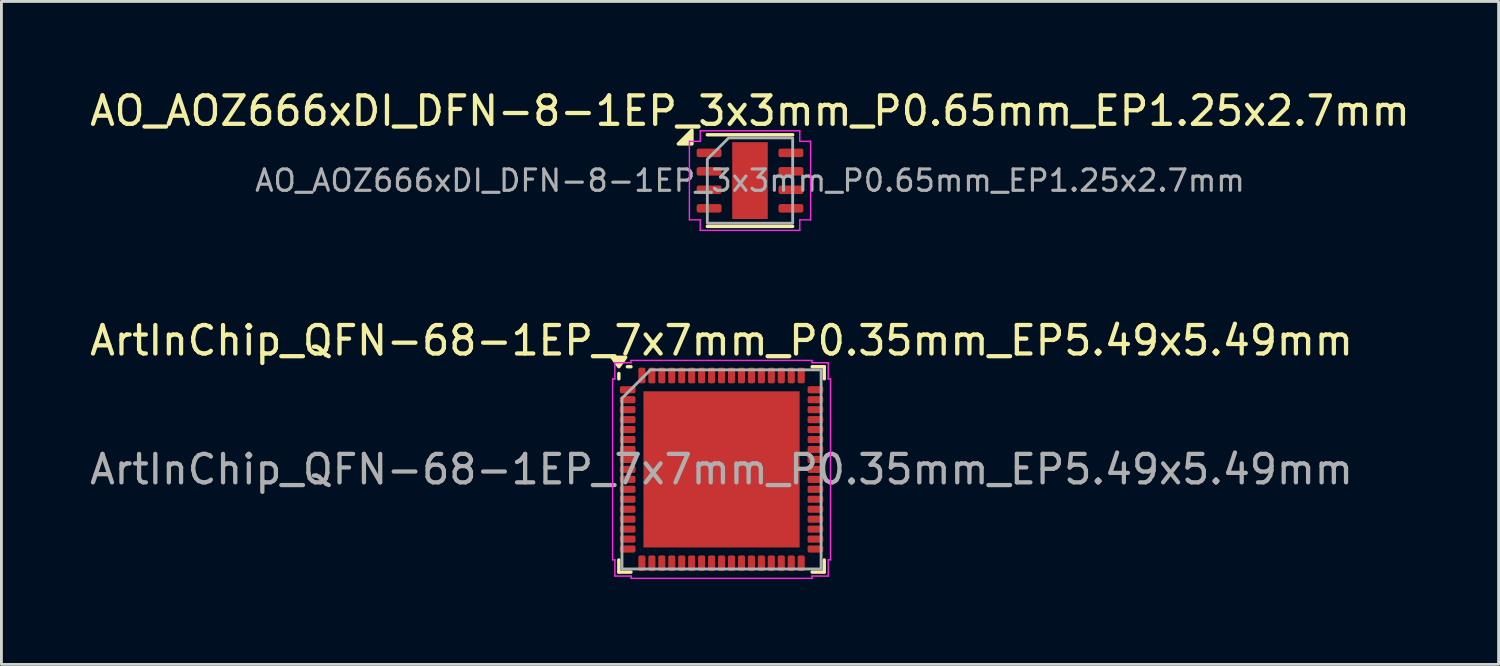
<source format=kicad_pcb>
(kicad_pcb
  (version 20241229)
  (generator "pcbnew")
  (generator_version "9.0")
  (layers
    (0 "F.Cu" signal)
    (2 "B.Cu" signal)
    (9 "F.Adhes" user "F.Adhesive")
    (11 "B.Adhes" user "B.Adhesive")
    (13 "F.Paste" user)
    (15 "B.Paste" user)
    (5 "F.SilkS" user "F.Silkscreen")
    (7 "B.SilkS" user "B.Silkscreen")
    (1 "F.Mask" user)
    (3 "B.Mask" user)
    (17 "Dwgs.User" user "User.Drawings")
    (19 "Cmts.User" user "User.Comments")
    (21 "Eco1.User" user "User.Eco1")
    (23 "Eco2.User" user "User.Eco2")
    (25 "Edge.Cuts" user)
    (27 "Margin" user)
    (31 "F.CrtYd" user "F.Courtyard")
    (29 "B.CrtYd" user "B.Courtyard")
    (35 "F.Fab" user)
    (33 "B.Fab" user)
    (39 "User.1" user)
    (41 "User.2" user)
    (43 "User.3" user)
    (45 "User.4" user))
  (footprint "AO_AOZ666xDI_DFN-8-1EP_3x3mm_P0.65mm_EP1.25x2.7mm"
    (layer "F.Cu")
    (at 23.315 3.298)
    (property "Reference" "AO_AOZ666xDI_DFN-8-1EP_3x3mm_P0.65mm_EP1.25x2.7mm" (at 0 -2.45 0) (layer "F.SilkS") (effects (font (size 1 1) (thickness 0.15))))
    (attr smd)
    (fp_line (start -1.5 -1.61) (end 1.5 -1.61) (stroke (width 0.12) (type solid)) (layer "F.SilkS"))
    (fp_line (start -1.5 1.61) (end 1.5 1.61) (stroke (width 0.12) (type solid)) (layer "F.SilkS"))
    (fp_poly (pts (xy -2.04 -1.29) (xy -2.52 -1.29) (xy -2.04 -1.77)) (stroke (width 0.12) (type solid)) (fill yes) (layer "F.SilkS"))
    (fp_line (start -2.13 -1.38) (end -1.75 -1.38) (stroke (width 0.05) (type solid)) (layer "F.CrtYd"))
    (fp_line (start -2.13 1.38) (end -2.13 -1.38) (stroke (width 0.05) (type solid)) (layer "F.CrtYd"))
    (fp_line (start -1.75 -1.75) (end 1.75 -1.75) (stroke (width 0.05) (type solid)) (layer "F.CrtYd"))
    (fp_line (start -1.75 -1.38) (end -1.75 -1.75) (stroke (width 0.05) (type solid)) (layer "F.CrtYd"))
    (fp_line (start -1.75 1.38) (end -2.13 1.38) (stroke (width 0.05) (type solid)) (layer "F.CrtYd"))
    (fp_line (start -1.75 1.75) (end -1.75 1.38) (stroke (width 0.05) (type solid)) (layer "F.CrtYd"))
    (fp_line (start 1.75 -1.75) (end 1.75 -1.38) (stroke (width 0.05) (type solid)) (layer "F.CrtYd"))
    (fp_line (start 1.75 -1.38) (end 2.13 -1.38) (stroke (width 0.05) (type solid)) (layer "F.CrtYd"))
    (fp_line (start 1.75 1.38) (end 1.75 1.75) (stroke (width 0.05) (type solid)) (layer "F.CrtYd"))
    (fp_line (start 1.75 1.75) (end -1.75 1.75) (stroke (width 0.05) (type solid)) (layer "F.CrtYd"))
    (fp_line (start 2.13 -1.38) (end 2.13 1.38) (stroke (width 0.05) (type solid)) (layer "F.CrtYd"))
    (fp_line (start 2.13 1.38) (end 1.75 1.38) (stroke (width 0.05) (type solid)) (layer "F.CrtYd"))
    (fp_poly (pts (xy -1.5 -0.75) (xy -1.5 1.5) (xy 1.5 1.5) (xy 1.5 -1.5) (xy -0.75 -1.5)) (stroke (width 0.1) (type solid)) (fill no) (layer "F.Fab"))
    (fp_text user "${REFERENCE}" (at 0 0 0) (layer "F.Fab") (effects (font (size 0.75 0.75) (thickness 0.11))))
    (pad "" smd roundrect (at -0.31 -0.675) (size 0.5 1.09) (layers "F.Paste") (roundrect_rratio 0.25))
    (pad "" smd roundrect (at -0.31 0.675) (size 0.5 1.09) (layers "F.Paste") (roundrect_rratio 0.25))
    (pad "" smd roundrect (at 0.31 -0.675) (size 0.5 1.09) (layers "F.Paste") (roundrect_rratio 0.25))
    (pad "" smd roundrect (at 0.31 0.675) (size 0.5 1.09) (layers "F.Paste") (roundrect_rratio 0.25))
    (pad "1" smd roundrect (at -1.438 -0.975) (size 0.875 0.3) (layers "F.Cu" "F.Mask" "F.Paste") (roundrect_rratio 0.25))
    (pad "2" smd roundrect (at -1.438 -0.325) (size 0.875 0.3) (layers "F.Cu" "F.Mask" "F.Paste") (roundrect_rratio 0.25))
    (pad "3" smd roundrect (at -1.438 0.325) (size 0.875 0.3) (layers "F.Cu" "F.Mask" "F.Paste") (roundrect_rratio 0.25))
    (pad "4" smd roundrect (at -1.438 0.975) (size 0.875 0.3) (layers "F.Cu" "F.Mask" "F.Paste") (roundrect_rratio 0.25))
    (pad "5" smd roundrect (at 1.438 0.975) (size 0.875 0.3) (layers "F.Cu" "F.Mask" "F.Paste") (roundrect_rratio 0.25))
    (pad "6" smd roundrect (at 1.438 0.325) (size 0.875 0.3) (layers "F.Cu" "F.Mask" "F.Paste") (roundrect_rratio 0.25))
    (pad "7" smd roundrect (at 1.438 -0.325) (size 0.875 0.3) (layers "F.Cu" "F.Mask" "F.Paste") (roundrect_rratio 0.25))
    (pad "8" smd roundrect (at 1.438 -0.975) (size 0.875 0.3) (layers "F.Cu" "F.Mask" "F.Paste") (roundrect_rratio 0.25))
    (pad "9" smd rect (at 0 0) (size 1.25 2.7) (property pad_prop_heatsink) (layers "F.Cu" "F.Mask")))
  (footprint "ArtInChip_QFN-68-1EP_7x7mm_P0.35mm_EP5.49x5.49mm"
    (layer "F.Cu")
    (at 22.315 13.451)
    (property "Reference" "ArtInChip_QFN-68-1EP_7x7mm_P0.35mm_EP5.49x5.49mm" (at 0 -4.53 0) (layer "F.SilkS") (effects (font (size 1 1) (thickness 0.15))))
    (attr smd)
    (fp_line (start -3.61 -3.185) (end -3.61 -3.37) (stroke (width 0.12) (type solid)) (layer "F.SilkS"))
    (fp_line (start -3.61 3.61) (end -3.61 3.185) (stroke (width 0.12) (type solid)) (layer "F.SilkS"))
    (fp_line (start -3.185 -3.61) (end -3.31 -3.61) (stroke (width 0.12) (type solid)) (layer "F.SilkS"))
    (fp_line (start -3.185 3.61) (end -3.61 3.61) (stroke (width 0.12) (type solid)) (layer "F.SilkS"))
    (fp_line (start 3.185 -3.61) (end 3.61 -3.61) (stroke (width 0.12) (type solid)) (layer "F.SilkS"))
    (fp_line (start 3.185 3.61) (end 3.61 3.61) (stroke (width 0.12) (type solid)) (layer "F.SilkS"))
    (fp_line (start 3.61 -3.61) (end 3.61 -3.185) (stroke (width 0.12) (type solid)) (layer "F.SilkS"))
    (fp_line (start 3.61 3.61) (end 3.61 3.185) (stroke (width 0.12) (type solid)) (layer "F.SilkS"))
    (fp_poly (pts (xy -3.61 -3.61) (xy -3.85 -3.94) (xy -3.37 -3.94)) (stroke (width 0.12) (type solid)) (fill yes) (layer "F.SilkS"))
    (fp_line (start -3.83 -3.18) (end -3.75 -3.18) (stroke (width 0.05) (type solid)) (layer "F.CrtYd"))
    (fp_line (start -3.83 3.18) (end -3.83 -3.18) (stroke (width 0.05) (type solid)) (layer "F.CrtYd"))
    (fp_line (start -3.75 -3.75) (end -3.18 -3.75) (stroke (width 0.05) (type solid)) (layer "F.CrtYd"))
    (fp_line (start -3.75 -3.18) (end -3.75 -3.75) (stroke (width 0.05) (type solid)) (layer "F.CrtYd"))
    (fp_line (start -3.75 3.18) (end -3.83 3.18) (stroke (width 0.05) (type solid)) (layer "F.CrtYd"))
    (fp_line (start -3.75 3.75) (end -3.75 3.18) (stroke (width 0.05) (type solid)) (layer "F.CrtYd"))
    (fp_line (start -3.18 -3.83) (end 3.18 -3.83) (stroke (width 0.05) (type solid)) (layer "F.CrtYd"))
    (fp_line (start -3.18 -3.75) (end -3.18 -3.83) (stroke (width 0.05) (type solid)) (layer "F.CrtYd"))
    (fp_line (start -3.18 3.75) (end -3.75 3.75) (stroke (width 0.05) (type solid)) (layer "F.CrtYd"))
    (fp_line (start -3.18 3.83) (end -3.18 3.75) (stroke (width 0.05) (type solid)) (layer "F.CrtYd"))
    (fp_line (start 3.18 -3.83) (end 3.18 -3.75) (stroke (width 0.05) (type solid)) (layer "F.CrtYd"))
    (fp_line (start 3.18 -3.75) (end 3.75 -3.75) (stroke (width 0.05) (type solid)) (layer "F.CrtYd"))
    (fp_line (start 3.18 3.75) (end 3.18 3.83) (stroke (width 0.05) (type solid)) (layer "F.CrtYd"))
    (fp_line (start 3.18 3.83) (end -3.18 3.83) (stroke (width 0.05) (type solid)) (layer "F.CrtYd"))
    (fp_line (start 3.75 -3.75) (end 3.75 -3.18) (stroke (width 0.05) (type solid)) (layer "F.CrtYd"))
    (fp_line (start 3.75 -3.18) (end 3.83 -3.18) (stroke (width 0.05) (type solid)) (layer "F.CrtYd"))
    (fp_line (start 3.75 3.18) (end 3.75 3.75) (stroke (width 0.05) (type solid)) (layer "F.CrtYd"))
    (fp_line (start 3.75 3.75) (end 3.18 3.75) (stroke (width 0.05) (type solid)) (layer "F.CrtYd"))
    (fp_line (start 3.83 -3.18) (end 3.83 3.18) (stroke (width 0.05) (type solid)) (layer "F.CrtYd"))
    (fp_line (start 3.83 3.18) (end 3.75 3.18) (stroke (width 0.05) (type solid)) (layer "F.CrtYd"))
    (fp_poly (pts (xy -3.5 -2.5) (xy -3.5 3.5) (xy 3.5 3.5) (xy 3.5 -3.5) (xy -2.5 -3.5)) (stroke (width 0.1) (type solid)) (fill no) (layer "F.Fab"))
    (fp_text user "${REFERENCE}" (at 0 0 0) (layer "F.Fab") (effects (font (size 1 1) (thickness 0.15))))
    (pad "" smd roundrect (at -1.83 -1.83) (size 1.48 1.48) (layers "F.Paste") (roundrect_rratio 0.169))
    (pad "" smd roundrect (at -1.83 0) (size 1.48 1.48) (layers "F.Paste") (roundrect_rratio 0.169))
    (pad "" smd roundrect (at -1.83 1.83) (size 1.48 1.48) (layers "F.Paste") (roundrect_rratio 0.169))
    (pad "" smd roundrect (at 0 -1.83) (size 1.48 1.48) (layers "F.Paste") (roundrect_rratio 0.169))
    (pad "" smd roundrect (at 0 0) (size 1.48 1.48) (layers "F.Paste") (roundrect_rratio 0.169))
    (pad "" smd roundrect (at 0 1.83) (size 1.48 1.48) (layers "F.Paste") (roundrect_rratio 0.169))
    (pad "" smd roundrect (at 1.83 -1.83) (size 1.48 1.48) (layers "F.Paste") (roundrect_rratio 0.169))
    (pad "" smd roundrect (at 1.83 0) (size 1.48 1.48) (layers "F.Paste") (roundrect_rratio 0.169))
    (pad "" smd roundrect (at 1.83 1.83) (size 1.48 1.48) (layers "F.Paste") (roundrect_rratio 0.169))
    (pad "1" smd roundrect (at -3.3 -2.8) (size 0.55 0.25) (layers "F.Cu" "F.Mask" "F.Paste") (roundrect_rratio 0.25))
    (pad "2" smd roundrect (at -3.3 -2.45) (size 0.55 0.25) (layers "F.Cu" "F.Mask" "F.Paste") (roundrect_rratio 0.25))
    (pad "3" smd roundrect (at -3.3 -2.1) (size 0.55 0.25) (layers "F.Cu" "F.Mask" "F.Paste") (roundrect_rratio 0.25))
    (pad "4" smd roundrect (at -3.3 -1.75) (size 0.55 0.25) (layers "F.Cu" "F.Mask" "F.Paste") (roundrect_rratio 0.25))
    (pad "5" smd roundrect (at -3.3 -1.4) (size 0.55 0.25) (layers "F.Cu" "F.Mask" "F.Paste") (roundrect_rratio 0.25))
    (pad "6" smd roundrect (at -3.3 -1.05) (size 0.55 0.25) (layers "F.Cu" "F.Mask" "F.Paste") (roundrect_rratio 0.25))
    (pad "7" smd roundrect (at -3.3 -0.7) (size 0.55 0.25) (layers "F.Cu" "F.Mask" "F.Paste") (roundrect_rratio 0.25))
    (pad "8" smd roundrect (at -3.3 -0.35) (size 0.55 0.25) (layers "F.Cu" "F.Mask" "F.Paste") (roundrect_rratio 0.25))
    (pad "9" smd roundrect (at -3.3 0) (size 0.55 0.25) (layers "F.Cu" "F.Mask" "F.Paste") (roundrect_rratio 0.25))
    (pad "10" smd roundrect (at -3.3 0.35) (size 0.55 0.25) (layers "F.Cu" "F.Mask" "F.Paste") (roundrect_rratio 0.25))
    (pad "11" smd roundrect (at -3.3 0.7) (size 0.55 0.25) (layers "F.Cu" "F.Mask" "F.Paste") (roundrect_rratio 0.25))
    (pad "12" smd roundrect (at -3.3 1.05) (size 0.55 0.25) (layers "F.Cu" "F.Mask" "F.Paste") (roundrect_rratio 0.25))
    (pad "13" smd roundrect (at -3.3 1.4) (size 0.55 0.25) (layers "F.Cu" "F.Mask" "F.Paste") (roundrect_rratio 0.25))
    (pad "14" smd roundrect (at -3.3 1.75) (size 0.55 0.25) (layers "F.Cu" "F.Mask" "F.Paste") (roundrect_rratio 0.25))
    (pad "15" smd roundrect (at -3.3 2.1) (size 0.55 0.25) (layers "F.Cu" "F.Mask" "F.Paste") (roundrect_rratio 0.25))
    (pad "16" smd roundrect (at -3.3 2.45) (size 0.55 0.25) (layers "F.Cu" "F.Mask" "F.Paste") (roundrect_rratio 0.25))
    (pad "17" smd roundrect (at -3.3 2.8) (size 0.55 0.25) (layers "F.Cu" "F.Mask" "F.Paste") (roundrect_rratio 0.25))
    (pad "18" smd roundrect (at -2.8 3.3) (size 0.25 0.55) (layers "F.Cu" "F.Mask" "F.Paste") (roundrect_rratio 0.25))
    (pad "19" smd roundrect (at -2.45 3.3) (size 0.25 0.55) (layers "F.Cu" "F.Mask" "F.Paste") (roundrect_rratio 0.25))
    (pad "20" smd roundrect (at -2.1 3.3) (size 0.25 0.55) (layers "F.Cu" "F.Mask" "F.Paste") (roundrect_rratio 0.25))
    (pad "21" smd roundrect (at -1.75 3.3) (size 0.25 0.55) (layers "F.Cu" "F.Mask" "F.Paste") (roundrect_rratio 0.25))
    (pad "22" smd roundrect (at -1.4 3.3) (size 0.25 0.55) (layers "F.Cu" "F.Mask" "F.Paste") (roundrect_rratio 0.25))
    (pad "23" smd roundrect (at -1.05 3.3) (size 0.25 0.55) (layers "F.Cu" "F.Mask" "F.Paste") (roundrect_rratio 0.25))
    (pad "24" smd roundrect (at -0.7 3.3) (size 0.25 0.55) (layers "F.Cu" "F.Mask" "F.Paste") (roundrect_rratio 0.25))
    (pad "25" smd roundrect (at -0.35 3.3) (size 0.25 0.55) (layers "F.Cu" "F.Mask" "F.Paste") (roundrect_rratio 0.25))
    (pad "26" smd roundrect (at 0 3.3) (size 0.25 0.55) (layers "F.Cu" "F.Mask" "F.Paste") (roundrect_rratio 0.25))
    (pad "27" smd roundrect (at 0.35 3.3) (size 0.25 0.55) (layers "F.Cu" "F.Mask" "F.Paste") (roundrect_rratio 0.25))
    (pad "28" smd roundrect (at 0.7 3.3) (size 0.25 0.55) (layers "F.Cu" "F.Mask" "F.Paste") (roundrect_rratio 0.25))
    (pad "29" smd roundrect (at 1.05 3.3) (size 0.25 0.55) (layers "F.Cu" "F.Mask" "F.Paste") (roundrect_rratio 0.25))
    (pad "30" smd roundrect (at 1.4 3.3) (size 0.25 0.55) (layers "F.Cu" "F.Mask" "F.Paste") (roundrect_rratio 0.25))
    (pad "31" smd roundrect (at 1.75 3.3) (size 0.25 0.55) (layers "F.Cu" "F.Mask" "F.Paste") (roundrect_rratio 0.25))
    (pad "32" smd roundrect (at 2.1 3.3) (size 0.25 0.55) (layers "F.Cu" "F.Mask" "F.Paste") (roundrect_rratio 0.25))
    (pad "33" smd roundrect (at 2.45 3.3) (size 0.25 0.55) (layers "F.Cu" "F.Mask" "F.Paste") (roundrect_rratio 0.25))
    (pad "34" smd roundrect (at 2.8 3.3) (size 0.25 0.55) (layers "F.Cu" "F.Mask" "F.Paste") (roundrect_rratio 0.25))
    (pad "35" smd roundrect (at 3.3 2.8) (size 0.55 0.25) (layers "F.Cu" "F.Mask" "F.Paste") (roundrect_rratio 0.25))
    (pad "36" smd roundrect (at 3.3 2.45) (size 0.55 0.25) (layers "F.Cu" "F.Mask" "F.Paste") (roundrect_rratio 0.25))
    (pad "37" smd roundrect (at 3.3 2.1) (size 0.55 0.25) (layers "F.Cu" "F.Mask" "F.Paste") (roundrect_rratio 0.25))
    (pad "38" smd roundrect (at 3.3 1.75) (size 0.55 0.25) (layers "F.Cu" "F.Mask" "F.Paste") (roundrect_rratio 0.25))
    (pad "39" smd roundrect (at 3.3 1.4) (size 0.55 0.25) (layers "F.Cu" "F.Mask" "F.Paste") (roundrect_rratio 0.25))
    (pad "40" smd roundrect (at 3.3 1.05) (size 0.55 0.25) (layers "F.Cu" "F.Mask" "F.Paste") (roundrect_rratio 0.25))
    (pad "41" smd roundrect (at 3.3 0.7) (size 0.55 0.25) (layers "F.Cu" "F.Mask" "F.Paste") (roundrect_rratio 0.25))
    (pad "42" smd roundrect (at 3.3 0.35) (size 0.55 0.25) (layers "F.Cu" "F.Mask" "F.Paste") (roundrect_rratio 0.25))
    (pad "43" smd roundrect (at 3.3 0) (size 0.55 0.25) (layers "F.Cu" "F.Mask" "F.Paste") (roundrect_rratio 0.25))
    (pad "44" smd roundrect (at 3.3 -0.35) (size 0.55 0.25) (layers "F.Cu" "F.Mask" "F.Paste") (roundrect_rratio 0.25))
    (pad "45" smd roundrect (at 3.3 -0.7) (size 0.55 0.25) (layers "F.Cu" "F.Mask" "F.Paste") (roundrect_rratio 0.25))
    (pad "46" smd roundrect (at 3.3 -1.05) (size 0.55 0.25) (layers "F.Cu" "F.Mask" "F.Paste") (roundrect_rratio 0.25))
    (pad "47" smd roundrect (at 3.3 -1.4) (size 0.55 0.25) (layers "F.Cu" "F.Mask" "F.Paste") (roundrect_rratio 0.25))
    (pad "48" smd roundrect (at 3.3 -1.75) (size 0.55 0.25) (layers "F.Cu" "F.Mask" "F.Paste") (roundrect_rratio 0.25))
    (pad "49" smd roundrect (at 3.3 -2.1) (size 0.55 0.25) (layers "F.Cu" "F.Mask" "F.Paste") (roundrect_rratio 0.25))
    (pad "50" smd roundrect (at 3.3 -2.45) (size 0.55 0.25) (layers "F.Cu" "F.Mask" "F.Paste") (roundrect_rratio 0.25))
    (pad "51" smd roundrect (at 3.3 -2.8) (size 0.55 0.25) (layers "F.Cu" "F.Mask" "F.Paste") (roundrect_rratio 0.25))
    (pad "52" smd roundrect (at 2.8 -3.3) (size 0.25 0.55) (layers "F.Cu" "F.Mask" "F.Paste") (roundrect_rratio 0.25))
    (pad "53" smd roundrect (at 2.45 -3.3) (size 0.25 0.55) (layers "F.Cu" "F.Mask" "F.Paste") (roundrect_rratio 0.25))
    (pad "54" smd roundrect (at 2.1 -3.3) (size 0.25 0.55) (layers "F.Cu" "F.Mask" "F.Paste") (roundrect_rratio 0.25))
    (pad "55" smd roundrect (at 1.75 -3.3) (size 0.25 0.55) (layers "F.Cu" "F.Mask" "F.Paste") (roundrect_rratio 0.25))
    (pad "56" smd roundrect (at 1.4 -3.3) (size 0.25 0.55) (layers "F.Cu" "F.Mask" "F.Paste") (roundrect_rratio 0.25))
    (pad "57" smd roundrect (at 1.05 -3.3) (size 0.25 0.55) (layers "F.Cu" "F.Mask" "F.Paste") (roundrect_rratio 0.25))
    (pad "58" smd roundrect (at 0.7 -3.3) (size 0.25 0.55) (layers "F.Cu" "F.Mask" "F.Paste") (roundrect_rratio 0.25))
    (pad "59" smd roundrect (at 0.35 -3.3) (size 0.25 0.55) (layers "F.Cu" "F.Mask" "F.Paste") (roundrect_rratio 0.25))
    (pad "60" smd roundrect (at 0 -3.3) (size 0.25 0.55) (layers "F.Cu" "F.Mask" "F.Paste") (roundrect_rratio 0.25))
    (pad "61" smd roundrect (at -0.35 -3.3) (size 0.25 0.55) (layers "F.Cu" "F.Mask" "F.Paste") (roundrect_rratio 0.25))
    (pad "62" smd roundrect (at -0.7 -3.3) (size 0.25 0.55) (layers "F.Cu" "F.Mask" "F.Paste") (roundrect_rratio 0.25))
    (pad "63" smd roundrect (at -1.05 -3.3) (size 0.25 0.55) (layers "F.Cu" "F.Mask" "F.Paste") (roundrect_rratio 0.25))
    (pad "64" smd roundrect (at -1.4 -3.3) (size 0.25 0.55) (layers "F.Cu" "F.Mask" "F.Paste") (roundrect_rratio 0.25))
    (pad "65" smd roundrect (at -1.75 -3.3) (size 0.25 0.55) (layers "F.Cu" "F.Mask" "F.Paste") (roundrect_rratio 0.25))
    (pad "66" smd roundrect (at -2.1 -3.3) (size 0.25 0.55) (layers "F.Cu" "F.Mask" "F.Paste") (roundrect_rratio 0.25))
    (pad "67" smd roundrect (at -2.45 -3.3) (size 0.25 0.55) (layers "F.Cu" "F.Mask" "F.Paste") (roundrect_rratio 0.25))
    (pad "68" smd roundrect (at -2.8 -3.3) (size 0.25 0.55) (layers "F.Cu" "F.Mask" "F.Paste") (roundrect_rratio 0.25))
    (pad "69" smd rect (at 0 0) (size 5.49 5.49) (property pad_prop_heatsink) (layers "F.Cu" "F.Mask")))
  (gr_rect
    (start -3 -3)
    (end 49.631 20.306)
    (stroke (width 0.1) (type default))
    (fill no)
    (layer "Edge.Cuts")))
</source>
